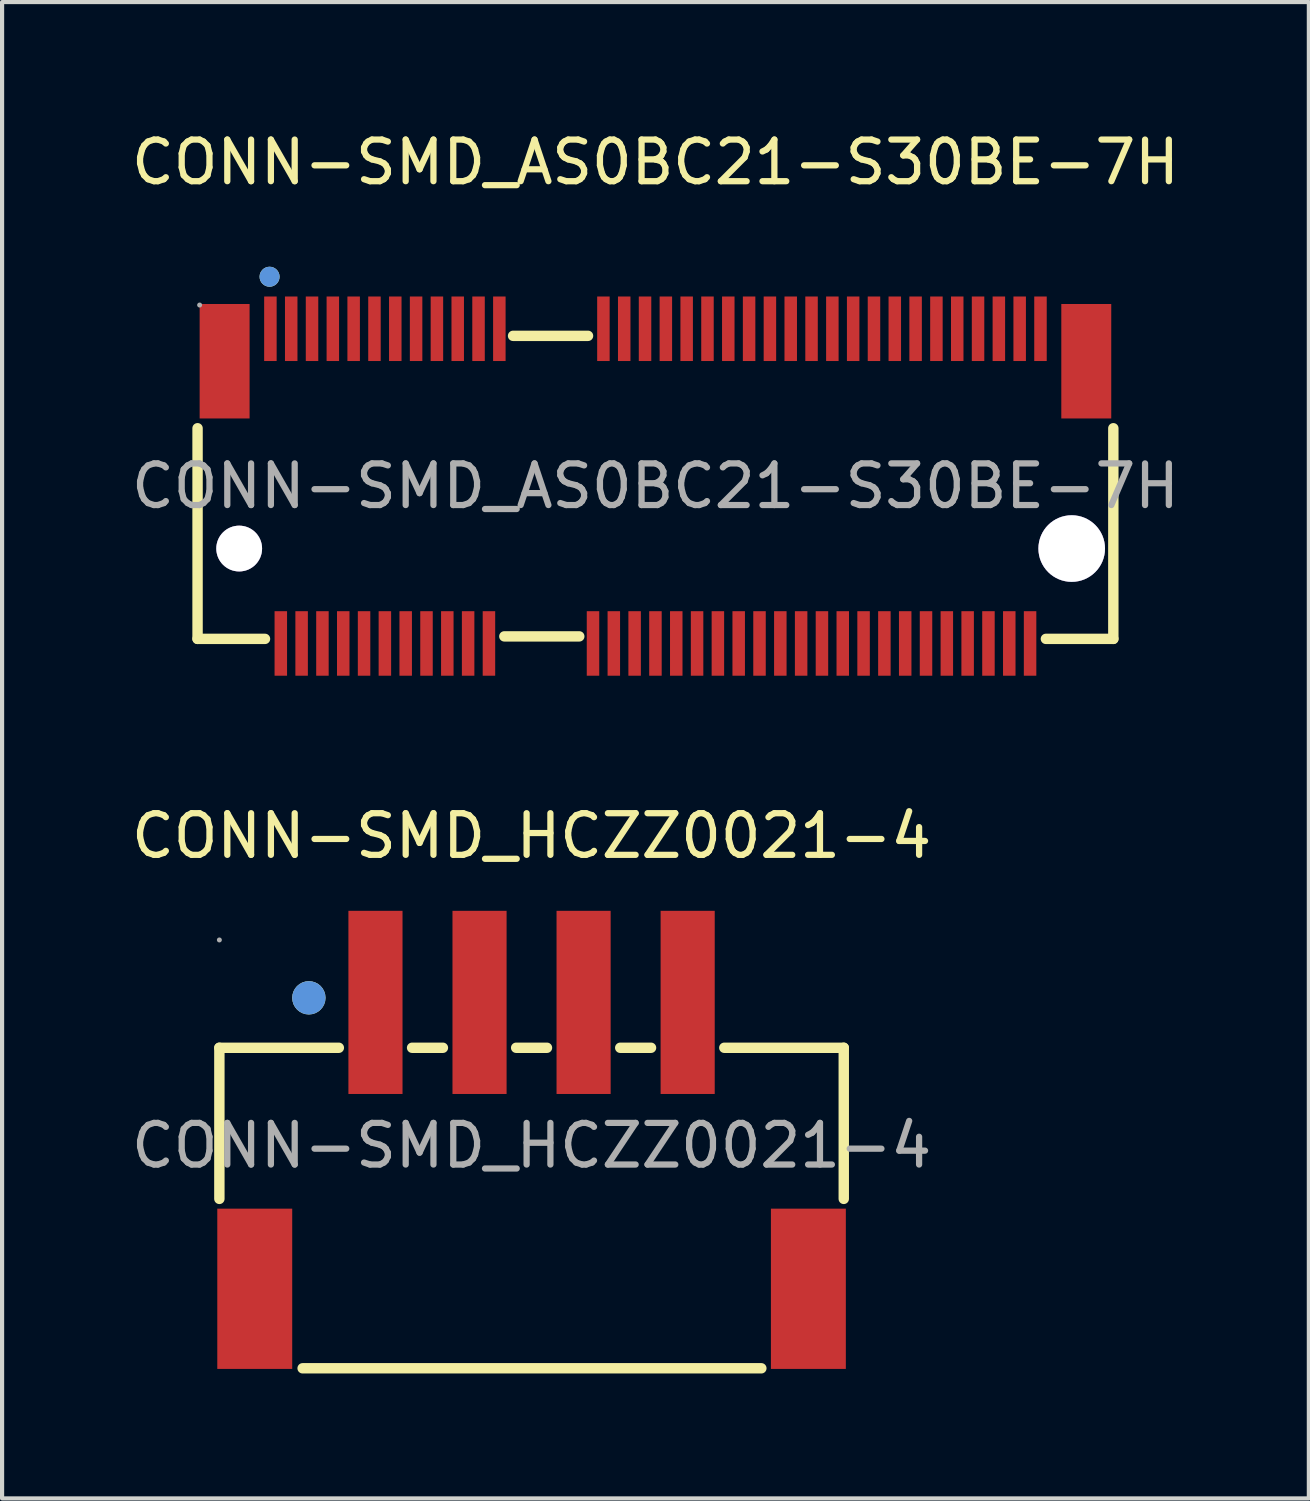
<source format=kicad_pcb>
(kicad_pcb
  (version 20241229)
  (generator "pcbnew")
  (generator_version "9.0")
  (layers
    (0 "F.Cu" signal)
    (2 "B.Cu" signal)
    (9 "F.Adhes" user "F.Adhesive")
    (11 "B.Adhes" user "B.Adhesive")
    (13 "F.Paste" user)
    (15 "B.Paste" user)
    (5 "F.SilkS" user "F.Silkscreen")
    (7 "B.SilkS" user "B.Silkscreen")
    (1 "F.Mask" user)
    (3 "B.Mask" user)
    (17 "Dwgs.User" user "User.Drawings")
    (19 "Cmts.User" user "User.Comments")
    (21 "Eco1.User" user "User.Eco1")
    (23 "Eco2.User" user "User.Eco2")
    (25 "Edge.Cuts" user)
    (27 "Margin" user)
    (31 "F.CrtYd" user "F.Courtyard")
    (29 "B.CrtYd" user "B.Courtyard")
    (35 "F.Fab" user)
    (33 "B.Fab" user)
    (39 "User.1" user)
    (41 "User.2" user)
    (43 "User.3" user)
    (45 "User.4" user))
  (footprint "CONN-SMD_AS0BC21-S30BE-7H"
    (layer "F.Cu")
    (at 12.696 8.628)
    (property "Reference" "CONN-SMD_AS0BC21-S30BE-7H" (at 0 -7.78 0) (layer "F.SilkS") (effects (font (size 1 1) (thickness 0.15))))
    (attr through_hole)
    (fp_line (start -11 3.67) (end -11 -1.39) (stroke (width 0.25) (type solid)) (layer "F.SilkS"))
    (fp_line (start -11 3.67) (end -9.38 3.67) (stroke (width 0.25) (type solid)) (layer "F.SilkS"))
    (fp_line (start -3.42 -3.61) (end -1.62 -3.61) (stroke (width 0.25) (type solid)) (layer "F.SilkS"))
    (fp_line (start -1.83 3.61) (end -3.63 3.61) (stroke (width 0.25) (type solid)) (layer "F.SilkS"))
    (fp_line (start 9.38 3.67) (end 11 3.67) (stroke (width 0.25) (type solid)) (layer "F.SilkS"))
    (fp_line (start 11 -1.39) (end 11 3.67) (stroke (width 0.25) (type solid)) (layer "F.SilkS"))
    (fp_circle (center -9.27 -5.03) (end -9.15 -5.03) (stroke (width 0.24) (type solid)) (fill no) (layer "F.SilkS"))
    (fp_circle (center -10 1.5) (end -9.76 1.5) (stroke (width 0.48) (type solid)) (fill no) (layer "Cmts.User"))
    (fp_circle (center -9.27 -5.03) (end -9.15 -5.03) (stroke (width 0.24) (type solid)) (fill no) (layer "Cmts.User"))
    (fp_circle (center 10 1.5) (end 10.36 1.5) (stroke (width 0.72) (type solid)) (fill no) (layer "Cmts.User"))
    (fp_circle (center -10.95 -4.35) (end -10.92 -4.35) (stroke (width 0.06) (type solid)) (fill no) (layer "F.Fab"))
    (fp_text user "${REFERENCE}" (at 0 0 0) (layer "F.Fab") (effects (font (size 1 1) (thickness 0.15))))
    (pad "" thru_hole circle (at -10 1.5) (size 1.1 1.1) (drill 1.1) (layers "*.Cu" "*.Mask"))
    (pad "" thru_hole circle (at 10 1.5) (size 1.6 1.6) (drill 1.6) (layers "*.Cu" "*.Mask"))
    (pad "1" smd rect (at -9.25 -3.78) (size 0.3 1.55) (layers "F.Cu" "F.Mask" "F.Paste"))
    (pad "2" smd rect (at -9 3.78) (size 0.3 1.55) (layers "F.Cu" "F.Mask" "F.Paste"))
    (pad "3" smd rect (at -8.75 -3.78) (size 0.3 1.55) (layers "F.Cu" "F.Mask" "F.Paste"))
    (pad "4" smd rect (at -8.5 3.78) (size 0.3 1.55) (layers "F.Cu" "F.Mask" "F.Paste"))
    (pad "5" smd rect (at -8.25 -3.78) (size 0.3 1.55) (layers "F.Cu" "F.Mask" "F.Paste"))
    (pad "6" smd rect (at -8 3.78) (size 0.3 1.55) (layers "F.Cu" "F.Mask" "F.Paste"))
    (pad "7" smd rect (at -7.75 -3.78) (size 0.3 1.55) (layers "F.Cu" "F.Mask" "F.Paste"))
    (pad "8" smd rect (at -7.5 3.78) (size 0.3 1.55) (layers "F.Cu" "F.Mask" "F.Paste"))
    (pad "9" smd rect (at -7.25 -3.78) (size 0.3 1.55) (layers "F.Cu" "F.Mask" "F.Paste"))
    (pad "10" smd rect (at -7 3.78) (size 0.3 1.55) (layers "F.Cu" "F.Mask" "F.Paste"))
    (pad "11" smd rect (at -6.75 -3.78) (size 0.3 1.55) (layers "F.Cu" "F.Mask" "F.Paste"))
    (pad "12" smd rect (at -6.5 3.78) (size 0.3 1.55) (layers "F.Cu" "F.Mask" "F.Paste"))
    (pad "13" smd rect (at -6.25 -3.78) (size 0.3 1.55) (layers "F.Cu" "F.Mask" "F.Paste"))
    (pad "14" smd rect (at -6 3.78) (size 0.3 1.55) (layers "F.Cu" "F.Mask" "F.Paste"))
    (pad "15" smd rect (at -5.75 -3.78) (size 0.3 1.55) (layers "F.Cu" "F.Mask" "F.Paste"))
    (pad "16" smd rect (at -5.5 3.78) (size 0.3 1.55) (layers "F.Cu" "F.Mask" "F.Paste"))
    (pad "17" smd rect (at -5.25 -3.78) (size 0.3 1.55) (layers "F.Cu" "F.Mask" "F.Paste"))
    (pad "18" smd rect (at -5 3.78) (size 0.3 1.55) (layers "F.Cu" "F.Mask" "F.Paste"))
    (pad "19" smd rect (at -4.75 -3.78) (size 0.3 1.55) (layers "F.Cu" "F.Mask" "F.Paste"))
    (pad "20" smd rect (at -4.5 3.78) (size 0.3 1.55) (layers "F.Cu" "F.Mask" "F.Paste"))
    (pad "21" smd rect (at -4.25 -3.78) (size 0.3 1.55) (layers "F.Cu" "F.Mask" "F.Paste"))
    (pad "22" smd rect (at -4 3.78) (size 0.3 1.55) (layers "F.Cu" "F.Mask" "F.Paste"))
    (pad "23" smd rect (at -3.75 -3.78) (size 0.3 1.55) (layers "F.Cu" "F.Mask" "F.Paste"))
    (pad "32" smd rect (at -1.5 3.78) (size 0.3 1.55) (layers "F.Cu" "F.Mask" "F.Paste"))
    (pad "33" smd rect (at -1.25 -3.78) (size 0.3 1.55) (layers "F.Cu" "F.Mask" "F.Paste"))
    (pad "34" smd rect (at -1 3.78) (size 0.3 1.55) (layers "F.Cu" "F.Mask" "F.Paste"))
    (pad "35" smd rect (at -0.75 -3.78) (size 0.3 1.55) (layers "F.Cu" "F.Mask" "F.Paste"))
    (pad "36" smd rect (at -0.5 3.78) (size 0.3 1.55) (layers "F.Cu" "F.Mask" "F.Paste"))
    (pad "37" smd rect (at -0.25 -3.78) (size 0.3 1.55) (layers "F.Cu" "F.Mask" "F.Paste"))
    (pad "38" smd rect (at 0 3.78) (size 0.3 1.55) (layers "F.Cu" "F.Mask" "F.Paste"))
    (pad "39" smd rect (at 0.25 -3.78) (size 0.3 1.55) (layers "F.Cu" "F.Mask" "F.Paste"))
    (pad "40" smd rect (at 0.5 3.78) (size 0.3 1.55) (layers "F.Cu" "F.Mask" "F.Paste"))
    (pad "41" smd rect (at 0.75 -3.78) (size 0.3 1.55) (layers "F.Cu" "F.Mask" "F.Paste"))
    (pad "42" smd rect (at 1 3.78) (size 0.3 1.55) (layers "F.Cu" "F.Mask" "F.Paste"))
    (pad "43" smd rect (at 1.25 -3.78) (size 0.3 1.55) (layers "F.Cu" "F.Mask" "F.Paste"))
    (pad "44" smd rect (at 1.5 3.78) (size 0.3 1.55) (layers "F.Cu" "F.Mask" "F.Paste"))
    (pad "45" smd rect (at 1.75 -3.78) (size 0.3 1.55) (layers "F.Cu" "F.Mask" "F.Paste"))
    (pad "46" smd rect (at 2 3.78) (size 0.3 1.55) (layers "F.Cu" "F.Mask" "F.Paste"))
    (pad "47" smd rect (at 2.25 -3.78) (size 0.3 1.55) (layers "F.Cu" "F.Mask" "F.Paste"))
    (pad "48" smd rect (at 2.5 3.78) (size 0.3 1.55) (layers "F.Cu" "F.Mask" "F.Paste"))
    (pad "49" smd rect (at 2.75 -3.78) (size 0.3 1.55) (layers "F.Cu" "F.Mask" "F.Paste"))
    (pad "50" smd rect (at 3 3.78) (size 0.3 1.55) (layers "F.Cu" "F.Mask" "F.Paste"))
    (pad "51" smd rect (at 3.25 -3.78) (size 0.3 1.55) (layers "F.Cu" "F.Mask" "F.Paste"))
    (pad "52" smd rect (at 3.5 3.78) (size 0.3 1.55) (layers "F.Cu" "F.Mask" "F.Paste"))
    (pad "53" smd rect (at 3.75 -3.78) (size 0.3 1.55) (layers "F.Cu" "F.Mask" "F.Paste"))
    (pad "54" smd rect (at 4 3.78) (size 0.3 1.55) (layers "F.Cu" "F.Mask" "F.Paste"))
    (pad "55" smd rect (at 4.25 -3.78) (size 0.3 1.55) (layers "F.Cu" "F.Mask" "F.Paste"))
    (pad "56" smd rect (at 4.5 3.78) (size 0.3 1.55) (layers "F.Cu" "F.Mask" "F.Paste"))
    (pad "57" smd rect (at 4.75 -3.78) (size 0.3 1.55) (layers "F.Cu" "F.Mask" "F.Paste"))
    (pad "58" smd rect (at 5 3.78) (size 0.3 1.55) (layers "F.Cu" "F.Mask" "F.Paste"))
    (pad "59" smd rect (at 5.25 -3.78) (size 0.3 1.55) (layers "F.Cu" "F.Mask" "F.Paste"))
    (pad "60" smd rect (at 5.5 3.78) (size 0.3 1.55) (layers "F.Cu" "F.Mask" "F.Paste"))
    (pad "61" smd rect (at 5.75 -3.78) (size 0.3 1.55) (layers "F.Cu" "F.Mask" "F.Paste"))
    (pad "62" smd rect (at 6 3.78) (size 0.3 1.55) (layers "F.Cu" "F.Mask" "F.Paste"))
    (pad "63" smd rect (at 6.25 -3.78) (size 0.3 1.55) (layers "F.Cu" "F.Mask" "F.Paste"))
    (pad "64" smd rect (at 6.5 3.78) (size 0.3 1.55) (layers "F.Cu" "F.Mask" "F.Paste"))
    (pad "65" smd rect (at 6.75 -3.78) (size 0.3 1.55) (layers "F.Cu" "F.Mask" "F.Paste"))
    (pad "66" smd rect (at 7 3.78) (size 0.3 1.55) (layers "F.Cu" "F.Mask" "F.Paste"))
    (pad "67" smd rect (at 7.25 -3.78) (size 0.3 1.55) (layers "F.Cu" "F.Mask" "F.Paste"))
    (pad "68" smd rect (at 7.5 3.78) (size 0.3 1.55) (layers "F.Cu" "F.Mask" "F.Paste"))
    (pad "69" smd rect (at 7.75 -3.78) (size 0.3 1.55) (layers "F.Cu" "F.Mask" "F.Paste"))
    (pad "70" smd rect (at 8 3.78) (size 0.3 1.55) (layers "F.Cu" "F.Mask" "F.Paste"))
    (pad "71" smd rect (at 8.25 -3.78) (size 0.3 1.55) (layers "F.Cu" "F.Mask" "F.Paste"))
    (pad "72" smd rect (at 8.5 3.78) (size 0.3 1.55) (layers "F.Cu" "F.Mask" "F.Paste"))
    (pad "73" smd rect (at 8.75 -3.78) (size 0.3 1.55) (layers "F.Cu" "F.Mask" "F.Paste"))
    (pad "74" smd rect (at 9 3.78) (size 0.3 1.55) (layers "F.Cu" "F.Mask" "F.Paste"))
    (pad "75" smd rect (at 9.25 -3.78) (size 0.3 1.55) (layers "F.Cu" "F.Mask" "F.Paste"))
    (pad "76" smd rect (at 10.35 -3) (size 1.2 2.75) (layers "F.Cu" "F.Mask" "F.Paste"))
    (pad "77" smd rect (at -10.35 -3) (size 1.2 2.75) (layers "F.Cu" "F.Mask" "F.Paste")))
  (footprint "CONN-SMD_HCZZ0021-4"
    (layer "F.Cu")
    (at 9.72 24.471)
    (property "Reference" "CONN-SMD_HCZZ0021-4" (at 0 -7.44 0) (layer "F.SilkS") (effects (font (size 1 1) (thickness 0.15))))
    (attr smd)
    (fp_line (start -7.5 -2.35) (end -7.5 1.28) (stroke (width 0.25) (type solid)) (layer "F.SilkS"))
    (fp_line (start -5.5 5.35) (end 5.52 5.35) (stroke (width 0.25) (type solid)) (layer "F.SilkS"))
    (fp_line (start -4.63 -2.35) (end -7.5 -2.35) (stroke (width 0.25) (type solid)) (layer "F.SilkS"))
    (fp_line (start -2.13 -2.35) (end -2.87 -2.35) (stroke (width 0.25) (type solid)) (layer "F.SilkS"))
    (fp_line (start 0.37 -2.35) (end -0.37 -2.35) (stroke (width 0.25) (type solid)) (layer "F.SilkS"))
    (fp_line (start 2.87 -2.35) (end 2.13 -2.35) (stroke (width 0.25) (type solid)) (layer "F.SilkS"))
    (fp_line (start 7.5 -2.35) (end 4.63 -2.35) (stroke (width 0.25) (type solid)) (layer "F.SilkS"))
    (fp_line (start 7.5 1.28) (end 7.5 -2.35) (stroke (width 0.25) (type solid)) (layer "F.SilkS"))
    (fp_circle (center -5.35 -3.55) (end -5.15 -3.55) (stroke (width 0.4) (type solid)) (fill no) (layer "F.SilkS"))
    (fp_circle (center -5.35 -3.55) (end -5.15 -3.55) (stroke (width 0.4) (type solid)) (fill no) (layer "Cmts.User"))
    (fp_circle (center -7.5 -4.94) (end -7.47 -4.94) (stroke (width 0.06) (type solid)) (fill no) (layer "F.Fab"))
    (fp_text user "${REFERENCE}" (at 0 0 0) (layer "F.Fab") (effects (font (size 1 1) (thickness 0.15))))
    (pad "1" smd rect (at -3.75 -3.44) (size 1.3 4.4) (layers "F.Cu" "F.Mask" "F.Paste"))
    (pad "2" smd rect (at -1.25 -3.44) (size 1.3 4.4) (layers "F.Cu" "F.Mask" "F.Paste"))
    (pad "3" smd rect (at 1.25 -3.44) (size 1.3 4.4) (layers "F.Cu" "F.Mask" "F.Paste"))
    (pad "4" smd rect (at 3.75 -3.44) (size 1.3 4.4) (layers "F.Cu" "F.Mask" "F.Paste"))
    (pad "MP" smd rect (at -6.65 3.44) (size 1.8 3.85) (layers "F.Cu" "F.Mask" "F.Paste"))
    (pad "MP" smd rect (at 6.65 3.44) (size 1.8 3.85) (layers "F.Cu" "F.Mask" "F.Paste")))
  (gr_rect
    (start -3 -3)
    (end 28.393 32.947)
    (stroke (width 0.1) (type default))
    (fill no)
    (layer "Edge.Cuts")))
</source>
